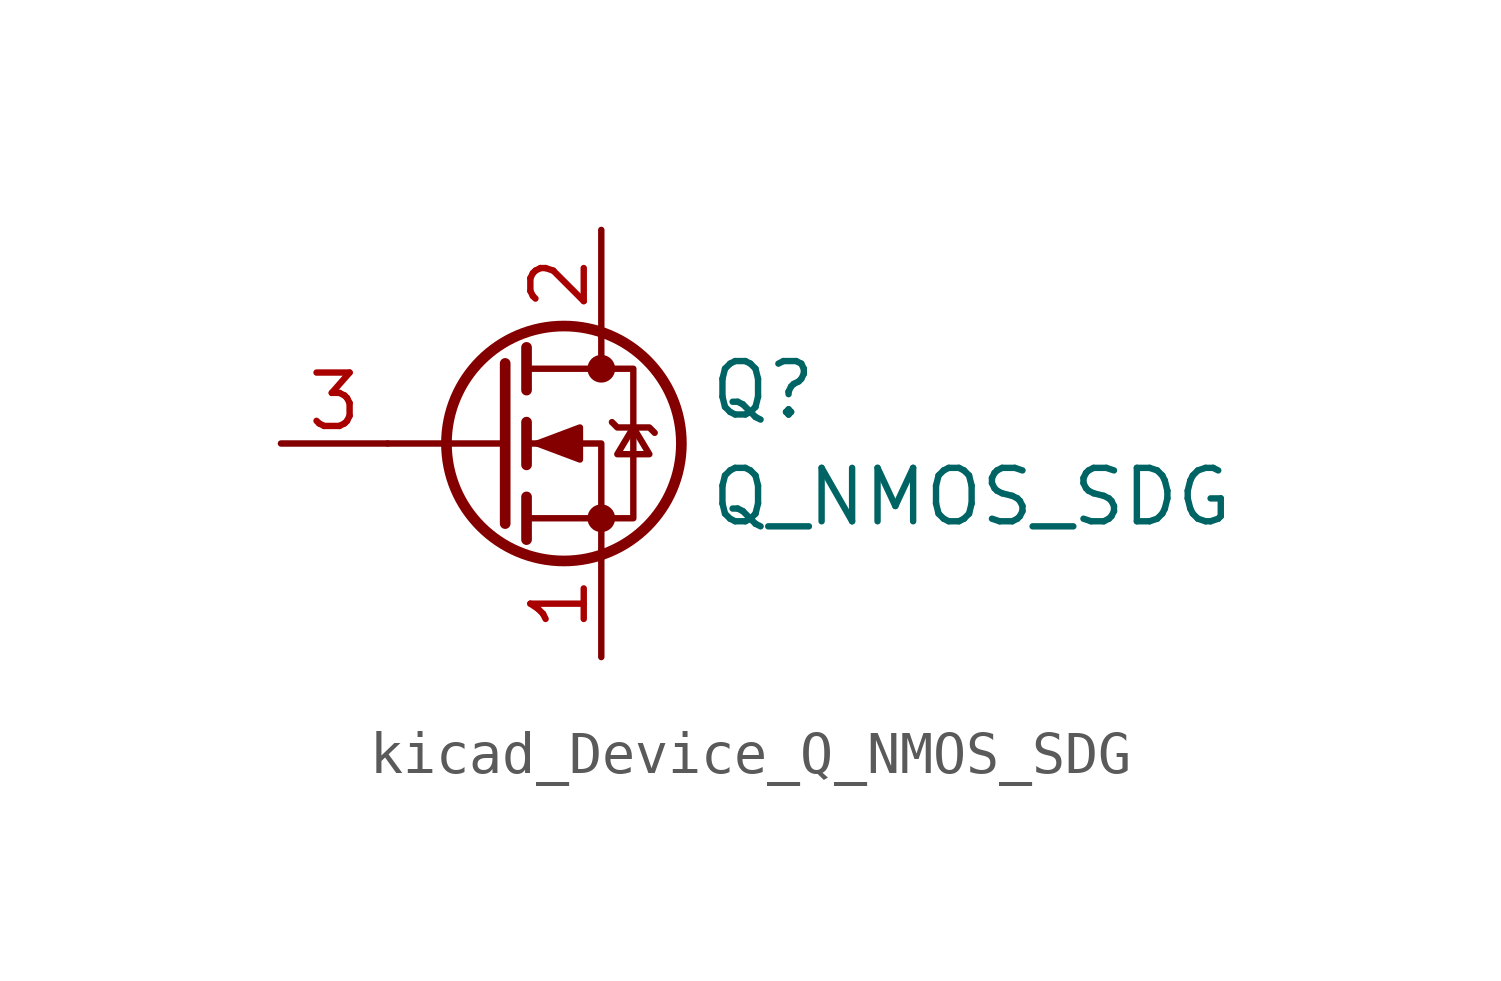
<source format=kicad_sym>
(kicad_symbol_lib
  (version 20220914)
  (generator kicad_symbol_editor)
  (symbol "kicad_Device_Q_NMOS_SDG"
    (pin_names
      (offset 0) hide)
    (property "Reference" "Q"
      (at 5.08 1.27 0)
      (effects (font (size 1.27 1.27)) (justify left)))
    (property "Value" "Q_NMOS_SDG"
      (at 5.08 -1.27 0)
      (effects (font (size 1.27 1.27)) (justify left)))
    (symbol "kicad_Device_Q_NMOS_SDG_0_1"
      (polyline (pts (xy 0.254 0) (xy -2.54 0)) (stroke (width 0) (type default)) (fill (type none)))
      (polyline (pts (xy 0.254 1.905) (xy 0.254 -1.905)) (stroke (width 0.254) (type default)) (fill (type none)))
      (polyline (pts (xy 0.762 -1.27) (xy 0.762 -2.286)) (stroke (width 0.254) (type default)) (fill (type none)))
      (polyline (pts (xy 0.762 0.508) (xy 0.762 -0.508)) (stroke (width 0.254) (type default)) (fill (type none)))
      (polyline (pts (xy 0.762 2.286) (xy 0.762 1.27)) (stroke (width 0.254) (type default)) (fill (type none)))
      (polyline (pts (xy 2.54 2.54) (xy 2.54 1.778)) (stroke (width 0) (type default)) (fill (type none)))
      (polyline (pts (xy 2.54 -2.54) (xy 2.54 0) (xy 0.762 0)) (stroke (width 0) (type default)) (fill (type none)))
      (polyline (pts (xy 0.762 -1.778) (xy 3.302 -1.778) (xy 3.302 1.778) (xy 0.762 1.778)) (stroke (width 0) (type default)) (fill (type none)))
      (polyline (pts (xy 1.016 0) (xy 2.032 0.381) (xy 2.032 -0.381) (xy 1.016 0)) (stroke (width 0) (type default)) (fill (type outline)))
      (polyline (pts (xy 2.794 0.508) (xy 2.921 0.381) (xy 3.683 0.381) (xy 3.81 0.254)) (stroke (width 0) (type default)) (fill (type none)))
      (polyline (pts (xy 3.302 0.381) (xy 2.921 -0.254) (xy 3.683 -0.254) (xy 3.302 0.381)) (stroke (width 0) (type default)) (fill (type none)))
      (circle (center 1.651 0) (radius 2.794) (stroke (width 0.254) (type default)) (fill (type none)))
      (circle (center 2.54 -1.778) (radius 0.254) (stroke (width 0) (type default)) (fill (type outline)))
      (circle (center 2.54 1.778) (radius 0.254) (stroke (width 0) (type default)) (fill (type outline))))
    (symbol "kicad_Device_Q_NMOS_SDG_1_1"
      (pin passive line (at 2.54 -5.08 90) (length 2.54) (name "S" (effects (font (size 1.27 1.27)))) (number "1" (effects (font (size 1.27 1.27)))))
      (pin passive line (at 2.54 5.08 270) (length 2.54) (name "D" (effects (font (size 1.27 1.27)))) (number "2" (effects (font (size 1.27 1.27)))))
      (pin input line (at -5.08 0 0) (length 2.54) (name "G" (effects (font (size 1.27 1.27)))) (number "3" (effects (font (size 1.27 1.27))))))))
</source>
